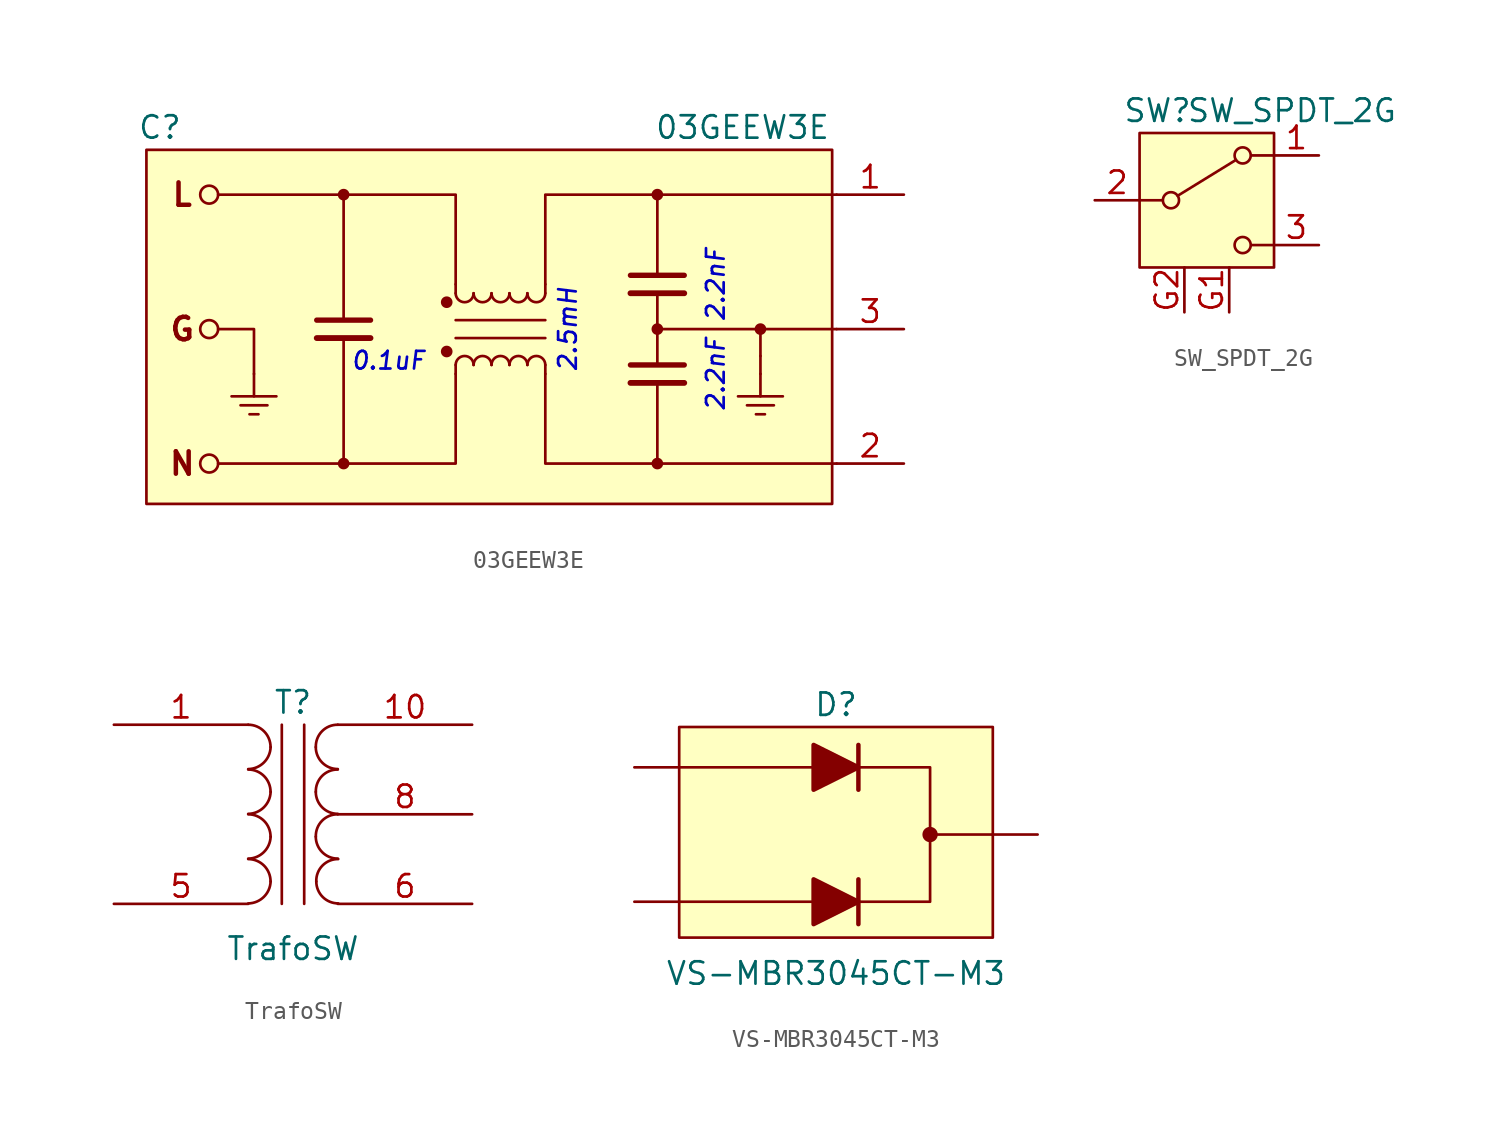
<source format=kicad_sym>
(kicad_symbol_lib
  (version 20231120)
  (generator "kicad_symbol_editor")
  (generator_version "8.0")
  (symbol "03GEEW3E"
    (property "Reference" "C"
      (at -19.304 11.43 0)
      (effects (font (size 1.27 1.27))))
    (property "Value" "03GEEW3E"
      (at 13.716 11.43 0)
      (effects (font (size 1.27 1.27))))
    (symbol "03GEEW3E_0_1"
      (circle (center -16.51 -7.62) (radius 0.508) (stroke (width 0) (type default)) (fill (type none)))
      (circle (center -16.51 0) (radius 0.508) (stroke (width 0) (type default)) (fill (type none)))
      (circle (center -16.51 7.62) (radius 0.508) (stroke (width 0) (type default)) (fill (type none)))
      (circle (center -8.89 -7.62) (radius 0.254) (stroke (width 0) (type default)) (fill (type outline)))
      (circle (center -8.89 7.62) (radius 0.254) (stroke (width 0) (type default)) (fill (type outline)))
      (circle (center -3.048 -1.27) (radius 0.254) (stroke (width 0) (type default)) (fill (type outline)))
      (circle (center -3.048 1.524) (radius 0.254) (stroke (width 0) (type default)) (fill (type outline)))
      (arc (start -2.54 2.032) (mid -2.032 1.5262) (end -1.524 2.032) (stroke (width 0) (type default)) (fill (type none)))
      (arc (start -1.524 -2.032) (mid -2.032 -1.5262) (end -2.54 -2.032) (stroke (width 0) (type default)) (fill (type none)))
      (arc (start -1.524 2.032) (mid -1.016 1.5262) (end -0.508 2.032) (stroke (width 0) (type default)) (fill (type none)))
      (arc (start -0.508 -2.032) (mid -1.016 -1.5262) (end -1.524 -2.032) (stroke (width 0) (type default)) (fill (type none)))
      (arc (start -0.508 2.032) (mid 0 1.5262) (end 0.508 2.032) (stroke (width 0) (type default)) (fill (type none)))
      (polyline (pts (xy -14.732 -4.318) (xy -13.208 -4.318)) (stroke (width 0) (type default)) (fill (type none)))
      (polyline (pts (xy -14.224 -4.826) (xy -13.716 -4.826)) (stroke (width 0) (type default)) (fill (type none)))
      (polyline (pts (xy -13.97 -3.81) (xy -13.97 -2.54)) (stroke (width 0) (type default)) (fill (type none)))
      (polyline (pts (xy -12.7 -3.81) (xy -15.24 -3.81)) (stroke (width 0) (type default)) (fill (type none)))
      (polyline (pts (xy -10.414 -0.508) (xy -7.366 -0.508)) (stroke (width 0.33) (type default)) (fill (type none)))
      (polyline (pts (xy -10.414 0.508) (xy -7.366 0.508)) (stroke (width 0.305) (type default)) (fill (type none)))
      (polyline (pts (xy -2.54 -2.032) (xy -2.54 -2.54)) (stroke (width 0) (type default)) (fill (type none)))
      (polyline (pts (xy -2.54 0.508) (xy 2.54 0.508)) (stroke (width 0) (type default)) (fill (type none)))
      (polyline (pts (xy -2.54 2.032) (xy -2.54 2.54)) (stroke (width 0) (type default)) (fill (type none)))
      (polyline (pts (xy 2.54 -2.032) (xy 2.54 -2.54)) (stroke (width 0) (type default)) (fill (type none)))
      (polyline (pts (xy 2.54 -0.508) (xy -2.54 -0.508)) (stroke (width 0) (type default)) (fill (type none)))
      (polyline (pts (xy 2.54 2.54) (xy 2.54 2.032)) (stroke (width 0) (type default)) (fill (type none)))
      (polyline (pts (xy 7.366 -3.048) (xy 10.414 -3.048)) (stroke (width 0.33) (type default)) (fill (type none)))
      (polyline (pts (xy 7.366 -2.032) (xy 10.414 -2.032)) (stroke (width 0.305) (type default)) (fill (type none)))
      (polyline (pts (xy 7.366 2.032) (xy 10.414 2.032)) (stroke (width 0.33) (type default)) (fill (type none)))
      (polyline (pts (xy 7.366 3.048) (xy 10.414 3.048)) (stroke (width 0.305) (type default)) (fill (type none)))
      (polyline (pts (xy 8.89 -7.62) (xy 19.05 -7.62)) (stroke (width 0) (type default)) (fill (type none)))
      (polyline (pts (xy 8.89 -2.032) (xy 8.89 2.032)) (stroke (width 0) (type default)) (fill (type none)))
      (polyline (pts (xy 8.89 7.62) (xy 19.05 7.62)) (stroke (width 0) (type default)) (fill (type none)))
      (polyline (pts (xy 13.97 -4.318) (xy 15.494 -4.318)) (stroke (width 0) (type default)) (fill (type none)))
      (polyline (pts (xy 14.478 -4.826) (xy 14.986 -4.826)) (stroke (width 0) (type default)) (fill (type none)))
      (polyline (pts (xy 14.732 -3.81) (xy 14.732 -2.54)) (stroke (width 0) (type default)) (fill (type none)))
      (polyline (pts (xy 14.732 -1.524) (xy 14.732 -2.54)) (stroke (width 0) (type default)) (fill (type none)))
      (polyline (pts (xy 14.732 0) (xy 8.89 0)) (stroke (width 0) (type default)) (fill (type none)))
      (polyline (pts (xy 16.002 -3.81) (xy 13.462 -3.81)) (stroke (width 0) (type default)) (fill (type none)))
      (polyline (pts (xy -16.002 -7.62) (xy -8.89 -7.62) (xy -8.89 -0.508)) (stroke (width 0) (type default)) (fill (type none)))
      (polyline (pts (xy -16.002 0) (xy -13.97 0) (xy -13.97 -2.54)) (stroke (width 0) (type default)) (fill (type none)))
      (polyline (pts (xy -8.89 0.508) (xy -8.89 7.62) (xy -16.002 7.62)) (stroke (width 0) (type default)) (fill (type none)))
      (polyline (pts (xy -8.89 7.62) (xy -2.54 7.62) (xy -2.54 2.54)) (stroke (width 0) (type default)) (fill (type none)))
      (polyline (pts (xy -2.54 -2.54) (xy -2.54 -7.62) (xy -8.89 -7.62)) (stroke (width 0) (type default)) (fill (type none)))
      (polyline (pts (xy 14.732 -1.524) (xy 14.732 0) (xy 19.05 0)) (stroke (width 0) (type default)) (fill (type none)))
      (polyline (pts (xy 2.54 -2.54) (xy 2.54 -7.62) (xy 8.89 -7.62) (xy 8.89 -3.048)) (stroke (width 0) (type default)) (fill (type none)))
      (polyline (pts (xy 8.89 3.048) (xy 8.89 7.62) (xy 2.54 7.62) (xy 2.54 2.54)) (stroke (width 0) (type default)) (fill (type none)))
      (arc (start 0.508 -2.032) (mid 0 -1.5262) (end -0.508 -2.032) (stroke (width 0) (type default)) (fill (type none)))
      (arc (start 0.508 2.032) (mid 1.016 1.5262) (end 1.524 2.032) (stroke (width 0) (type default)) (fill (type none)))
      (arc (start 1.524 -2.032) (mid 1.016 -1.5262) (end 0.508 -2.032) (stroke (width 0) (type default)) (fill (type none)))
      (arc (start 1.524 2.032) (mid 2.032 1.5262) (end 2.54 2.032) (stroke (width 0) (type default)) (fill (type none)))
      (arc (start 2.54 -2.032) (mid 2.032 -1.5262) (end 1.524 -2.032) (stroke (width 0) (type default)) (fill (type none)))
      (circle (center 8.89 -7.62) (radius 0.254) (stroke (width 0) (type default)) (fill (type outline)))
      (circle (center 8.89 0) (radius 0.254) (stroke (width 0) (type default)) (fill (type outline)))
      (circle (center 8.89 7.62) (radius 0.254) (stroke (width 0) (type default)) (fill (type outline)))
      (circle (center 14.732 0) (radius 0.254) (stroke (width 0) (type default)) (fill (type outline))))
    (symbol "03GEEW3E_1_1"
      (rectangle (start -20.066 10.16) (end 18.796 -9.906) (stroke (width 0) (type solid)) (fill (type background)))
      (text "0.1uF" (at -6.35 -1.778 0) (effects (font (size 1 1) (italic yes) (color 0 0 194 1))))
      (text "2.2nF" (at 12.192 -2.54 900) (effects (font (size 1 1) (italic yes) (color 0 0 194 1))))
      (text "2.2nF" (at 12.192 2.54 900) (effects (font (size 1 1) (italic yes) (color 0 0 194 1))))
      (text "2.5mH" (at 3.81 0 900) (effects (font (size 1 1) (italic yes) (color 0 0 194 1))))
      (text "G" (at -18.034 0 0) (effects (font (size 1.27 1.27) (bold yes))))
      (text "L" (at -18.034 7.62 0) (effects (font (size 1.27 1.27) (bold yes))))
      (text "N" (at -18.034 -7.62 0) (effects (font (size 1.27 1.27) (bold yes))))
      (pin passive line (at 22.86 7.62 180) (length 3.81) (name "" (effects (font (size 1.27 1.27)))) (number "1" (effects (font (size 1.27 1.27)))))
      (pin passive line (at 22.86 -7.62 180) (length 3.81) (name "" (effects (font (size 1.27 1.27)))) (number "2" (effects (font (size 1.27 1.27)))))
      (pin passive line (at 22.86 0 180) (length 3.81) (name "" (effects (font (size 1.27 1.27)))) (number "3" (effects (font (size 1.27 1.27)))))))
  (symbol "SW_SPDT_2G"
    (pin_names
      (offset 0) hide)
    (property "Reference" "SW"
      (at -2.794 5.08 0)
      (effects (font (size 1.27 1.27))))
    (property "Value" "SW_SPDT_2G"
      (at 4.826 5.08 0)
      (effects (font (size 1.27 1.27))))
    (symbol "SW_SPDT_2G_0_1"
      (circle (center -2.032 0) (radius 0.457) (stroke (width 0) (type default)) (fill (type none)))
      (polyline (pts (xy -2.54 0) (xy -3.81 0)) (stroke (width 0) (type default)) (fill (type none)))
      (polyline (pts (xy -1.651 0.254) (xy 1.651 2.286)) (stroke (width 0) (type default)) (fill (type none)))
      (polyline (pts (xy 2.54 -2.54) (xy 3.81 -2.54)) (stroke (width 0) (type default)) (fill (type none)))
      (polyline (pts (xy 2.54 2.54) (xy 3.81 2.54)) (stroke (width 0) (type default)) (fill (type none)))
      (circle (center 2.032 -2.54) (radius 0.457) (stroke (width 0) (type default)) (fill (type none)))
      (circle (center 2.032 2.54) (radius 0.457) (stroke (width 0) (type default)) (fill (type none))))
    (symbol "SW_SPDT_2G_1_1"
      (rectangle (start -3.81 3.81) (end 3.81 -3.81) (stroke (width 0) (type default)) (fill (type background)))
      (pin passive line (at 6.35 2.54 180) (length 2.54) (name "A" (effects (font (size 1.27 1.27)))) (number "1" (effects (font (size 1.27 1.27)))))
      (pin passive line (at -6.35 0 0) (length 2.54) (name "B" (effects (font (size 1.27 1.27)))) (number "2" (effects (font (size 1.27 1.27)))))
      (pin passive line (at 6.35 -2.54 180) (length 2.54) (name "C" (effects (font (size 1.27 1.27)))) (number "3" (effects (font (size 1.27 1.27)))))
      (pin passive line (at 1.27 -6.35 90) (length 2.54) (name "G" (effects (font (size 1.27 1.27)))) (number "G1" (effects (font (size 1.27 1.27)))))
      (pin passive line (at -1.27 -6.35 90) (length 2.54) (name "G" (effects (font (size 1.27 1.27)))) (number "G2" (effects (font (size 1.27 1.27)))))))
  (symbol "TrafoSW"
    (pin_names
      (offset 1.016) hide)
    (property "Reference" "T"
      (at 0 6.35 0)
      (effects (font (size 1.27 1.27))))
    (property "Value" "TrafoSW"
      (at 0 -7.62 0)
      (effects (font (size 1.27 1.27))))
    (symbol "TrafoSW_0_1"
      (arc (start -2.54 -5.0546) (mid -1.6599 -4.6901) (end -1.27 -3.81) (stroke (width 0) (type default)) (fill (type none)))
      (arc (start -2.54 -2.5146) (mid -1.6599 -2.1501) (end -1.27 -1.27) (stroke (width 0) (type default)) (fill (type none)))
      (arc (start -2.54 0.0254) (mid -1.6599 0.3899) (end -1.27 1.27) (stroke (width 0) (type default)) (fill (type none)))
      (arc (start -2.54 2.5654) (mid -1.6599 2.9299) (end -1.27 3.81) (stroke (width 0) (type default)) (fill (type none)))
      (arc (start -1.27 -3.81) (mid -1.642 -2.912) (end -2.54 -2.54) (stroke (width 0) (type default)) (fill (type none)))
      (arc (start -1.27 -1.27) (mid -1.642 -0.372) (end -2.54 0) (stroke (width 0) (type default)) (fill (type none)))
      (arc (start -1.27 1.27) (mid -1.642 2.168) (end -2.54 2.54) (stroke (width 0) (type default)) (fill (type none)))
      (arc (start -1.27 3.81) (mid -1.642 4.708) (end -2.54 5.08) (stroke (width 0) (type default)) (fill (type none)))
      (polyline (pts (xy -0.635 5.08) (xy -0.635 -5.08)) (stroke (width 0) (type default)) (fill (type none)))
      (polyline (pts (xy 0.635 -5.08) (xy 0.635 5.08)) (stroke (width 0) (type default)) (fill (type none)))
      (arc (start 1.2954 -1.27) (mid 1.6599 -2.1501) (end 2.54 -2.5146) (stroke (width 0) (type default)) (fill (type none)))
      (arc (start 1.2954 1.27) (mid 1.6599 0.3899) (end 2.54 0.0254) (stroke (width 0) (type default)) (fill (type none)))
      (arc (start 1.2954 3.81) (mid 1.6599 2.9299) (end 2.54 2.5654) (stroke (width 0) (type default)) (fill (type none)))
      (arc (start 1.3208 -3.81) (mid 1.6853 -4.6901) (end 2.5654 -5.0546) (stroke (width 0) (type default)) (fill (type none)))
      (arc (start 2.54 0) (mid 1.642 -0.372) (end 1.2954 -1.27) (stroke (width 0) (type default)) (fill (type none)))
      (arc (start 2.54 2.54) (mid 1.642 2.168) (end 1.2954 1.27) (stroke (width 0) (type default)) (fill (type none)))
      (arc (start 2.54 5.08) (mid 1.642 4.708) (end 1.2954 3.81) (stroke (width 0) (type default)) (fill (type none)))
      (arc (start 2.5654 -2.54) (mid 1.6674 -2.912) (end 1.3208 -3.81) (stroke (width 0) (type default)) (fill (type none))))
    (symbol "TrafoSW_1_1"
      (pin passive line (at -10.16 5.08 0) (length 7.62) (name "AA" (effects (font (size 1.27 1.27)))) (number "1" (effects (font (size 1.27 1.27)))))
      (pin passive line (at 10.16 5.08 180) (length 7.62) (name "SB" (effects (font (size 1.27 1.27)))) (number "10" (effects (font (size 1.27 1.27)))))
      (pin passive line (at -10.16 -5.08 0) (length 7.62) (name "AB" (effects (font (size 1.27 1.27)))) (number "5" (effects (font (size 1.27 1.27)))))
      (pin passive line (at 10.16 -5.08 180) (length 7.62) (name "SA" (effects (font (size 1.27 1.27)))) (number "6" (effects (font (size 1.27 1.27)))))
      (pin passive line (at 10.16 0 180) (length 7.62) (name "SC" (effects (font (size 1.27 1.27)))) (number "8" (effects (font (size 1.27 1.27)))))))
  (symbol "VS-MBR3045CT-M3"
    (pin_numbers hide)
    (pin_names
      (offset 1.016) hide)
    (property "Reference" "D"
      (at 0 7.366 0)
      (effects (font (size 1.27 1.27))))
    (property "Value" "VS-MBR3045CT-M3"
      (at 0 -7.874 0)
      (effects (font (size 1.27 1.27))))
    (symbol "VS-MBR3045CT-M3_0_1"
      (polyline (pts (xy 1.27 -2.54) (xy 1.27 -5.08)) (stroke (width 0.254) (type default)) (fill (type none)))
      (polyline (pts (xy 1.27 5.08) (xy 1.27 2.54)) (stroke (width 0.254) (type default)) (fill (type none)))
      (polyline (pts (xy 1.27 -3.81) (xy 5.334 -3.81) (xy 5.334 0)) (stroke (width 0) (type default)) (fill (type none)))
      (polyline (pts (xy 8.89 0) (xy 5.334 0) (xy 5.334 3.81) (xy 1.27 3.81)) (stroke (width 0) (type default)) (fill (type none))))
    (symbol "VS-MBR3045CT-M3_1_1"
      (rectangle (start -8.89 6.096) (end 8.89 -5.842) (stroke (width 0) (type default)) (fill (type background)))
      (polyline (pts (xy -8.89 -3.81) (xy -1.27 -3.81)) (stroke (width 0) (type default)) (fill (type none)))
      (polyline (pts (xy -8.89 3.81) (xy -1.27 3.81)) (stroke (width 0) (type default)) (fill (type none)))
      (polyline (pts (xy -1.27 -2.54) (xy -1.27 -5.08) (xy 1.27 -3.81) (xy -1.27 -2.54)) (stroke (width 0.254) (type default)) (fill (type outline)))
      (polyline (pts (xy -1.27 5.08) (xy -1.27 2.54) (xy 1.27 3.81) (xy -1.27 5.08)) (stroke (width 0.254) (type default)) (fill (type outline)))
      (circle (center 5.334 0) (radius 0.359) (stroke (width 0) (type default)) (fill (type outline)))
      (pin passive line (at -11.43 3.81 0) (length 2.54) (name "A1" (effects (font (size 1.27 1.27)))) (number "1" (effects (font (size 1.27 1.27)))))
      (pin passive line (at 11.43 0 180) (length 2.54) (name "K" (effects (font (size 1.27 1.27)))) (number "2" (effects (font (size 1.27 1.27)))))
      (pin passive line (at -11.43 -3.81 0) (length 2.54) (name "A2" (effects (font (size 1.27 1.27)))) (number "3" (effects (font (size 1.27 1.27))))))))
</source>
